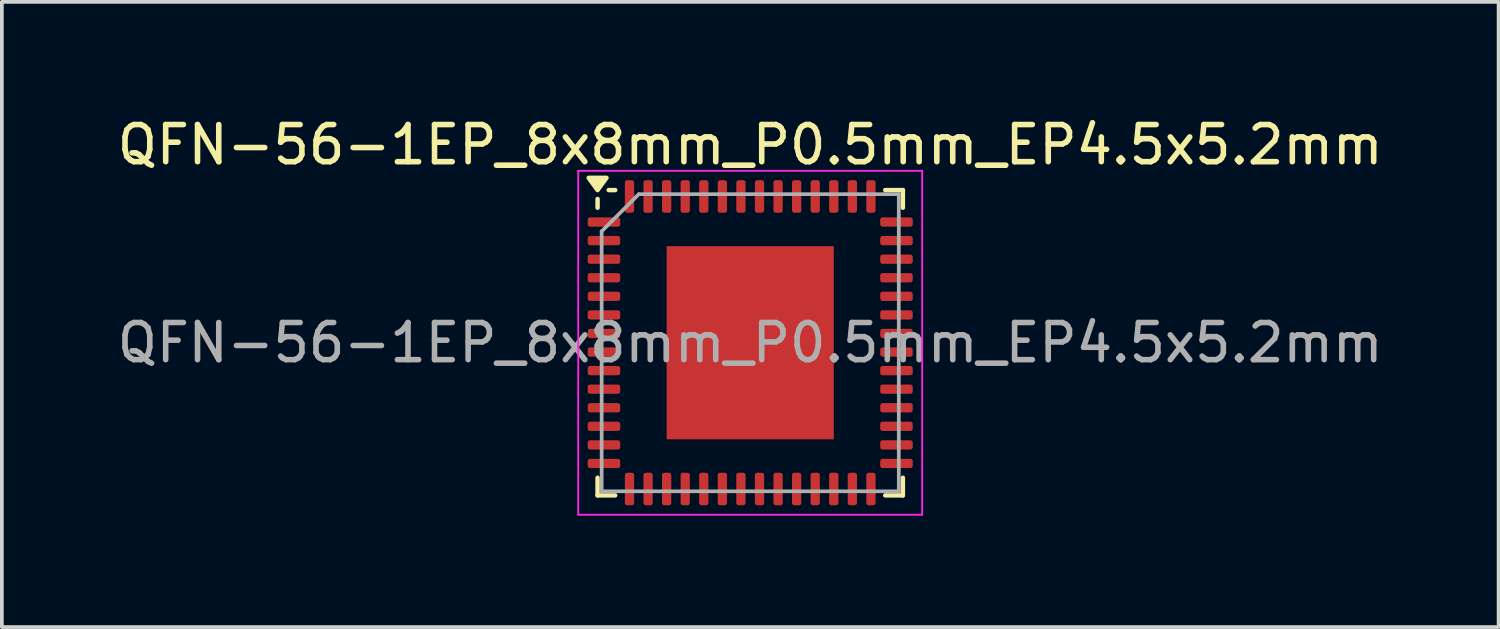
<source format=kicad_pcb>
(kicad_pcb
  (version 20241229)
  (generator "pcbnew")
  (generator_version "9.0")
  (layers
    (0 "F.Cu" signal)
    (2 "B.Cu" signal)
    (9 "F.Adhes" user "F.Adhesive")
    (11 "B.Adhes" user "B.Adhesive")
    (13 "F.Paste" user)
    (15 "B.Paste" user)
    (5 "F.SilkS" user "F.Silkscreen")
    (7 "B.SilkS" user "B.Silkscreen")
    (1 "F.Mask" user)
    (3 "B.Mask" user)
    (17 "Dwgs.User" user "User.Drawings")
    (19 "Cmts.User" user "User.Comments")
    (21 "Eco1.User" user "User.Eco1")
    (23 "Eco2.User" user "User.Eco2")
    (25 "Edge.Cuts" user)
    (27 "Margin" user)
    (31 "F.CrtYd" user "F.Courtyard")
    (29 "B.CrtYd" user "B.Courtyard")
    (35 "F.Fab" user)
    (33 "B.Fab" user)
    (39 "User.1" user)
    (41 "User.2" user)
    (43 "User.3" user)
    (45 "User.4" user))
  (footprint "QFN-56-1EP_8x8mm_P0.5mm_EP4.5x5.2mm"
    (layer "F.Cu")
    (at 17.149 6.178)
    (property "Reference" "QFN-56-1EP_8x8mm_P0.5mm_EP4.5x5.2mm" (at 0 -5.33 0) (layer "F.SilkS") (effects (font (size 1 1) (thickness 0.15))))
    (attr smd)
    (fp_line (start -4.11 -3.635) (end -4.11 -3.87) (stroke (width 0.12) (type solid)) (layer "F.SilkS"))
    (fp_line (start -4.11 4.11) (end -4.11 3.635) (stroke (width 0.12) (type solid)) (layer "F.SilkS"))
    (fp_line (start -3.635 -4.11) (end -3.81 -4.11) (stroke (width 0.12) (type solid)) (layer "F.SilkS"))
    (fp_line (start -3.635 4.11) (end -4.11 4.11) (stroke (width 0.12) (type solid)) (layer "F.SilkS"))
    (fp_line (start 3.635 -4.11) (end 4.11 -4.11) (stroke (width 0.12) (type solid)) (layer "F.SilkS"))
    (fp_line (start 3.635 4.11) (end 4.11 4.11) (stroke (width 0.12) (type solid)) (layer "F.SilkS"))
    (fp_line (start 4.11 -4.11) (end 4.11 -3.635) (stroke (width 0.12) (type solid)) (layer "F.SilkS"))
    (fp_line (start 4.11 4.11) (end 4.11 3.635) (stroke (width 0.12) (type solid)) (layer "F.SilkS"))
    (fp_poly (pts (xy -4.11 -4.11) (xy -4.35 -4.44) (xy -3.87 -4.44) (xy -4.11 -4.11)) (stroke (width 0.12) (type solid)) (fill yes) (layer "F.SilkS"))
    (fp_line (start -4.63 -4.63) (end -4.63 4.63) (stroke (width 0.05) (type solid)) (layer "F.CrtYd"))
    (fp_line (start -4.63 4.63) (end 4.63 4.63) (stroke (width 0.05) (type solid)) (layer "F.CrtYd"))
    (fp_line (start 4.63 -4.63) (end -4.63 -4.63) (stroke (width 0.05) (type solid)) (layer "F.CrtYd"))
    (fp_line (start 4.63 4.63) (end 4.63 -4.63) (stroke (width 0.05) (type solid)) (layer "F.CrtYd"))
    (fp_line (start -4 -3) (end -3 -4) (stroke (width 0.1) (type solid)) (layer "F.Fab"))
    (fp_line (start -4 4) (end -4 -3) (stroke (width 0.1) (type solid)) (layer "F.Fab"))
    (fp_line (start -3 -4) (end 4 -4) (stroke (width 0.1) (type solid)) (layer "F.Fab"))
    (fp_line (start 4 -4) (end 4 4) (stroke (width 0.1) (type solid)) (layer "F.Fab"))
    (fp_line (start 4 4) (end -4 4) (stroke (width 0.1) (type solid)) (layer "F.Fab"))
    (fp_text user "${REFERENCE}" (at 0 0 0) (layer "F.Fab") (effects (font (size 1 1) (thickness 0.15))))
    (pad "" smd roundrect (at -1.68 -1.95) (size 0.91 1.05) (layers "F.Paste") (roundrect_rratio 0.25))
    (pad "" smd roundrect (at -1.68 -0.65) (size 0.91 1.05) (layers "F.Paste") (roundrect_rratio 0.25))
    (pad "" smd roundrect (at -1.68 0.65) (size 0.91 1.05) (layers "F.Paste") (roundrect_rratio 0.25))
    (pad "" smd roundrect (at -1.68 1.95) (size 0.91 1.05) (layers "F.Paste") (roundrect_rratio 0.25))
    (pad "" smd roundrect (at -0.56 -1.95) (size 0.91 1.05) (layers "F.Paste") (roundrect_rratio 0.25))
    (pad "" smd roundrect (at -0.56 -0.65) (size 0.91 1.05) (layers "F.Paste") (roundrect_rratio 0.25))
    (pad "" smd roundrect (at -0.56 0.65) (size 0.91 1.05) (layers "F.Paste") (roundrect_rratio 0.25))
    (pad "" smd roundrect (at -0.56 1.95) (size 0.91 1.05) (layers "F.Paste") (roundrect_rratio 0.25))
    (pad "" smd roundrect (at 0.56 -1.95) (size 0.91 1.05) (layers "F.Paste") (roundrect_rratio 0.25))
    (pad "" smd roundrect (at 0.56 -0.65) (size 0.91 1.05) (layers "F.Paste") (roundrect_rratio 0.25))
    (pad "" smd roundrect (at 0.56 0.65) (size 0.91 1.05) (layers "F.Paste") (roundrect_rratio 0.25))
    (pad "" smd roundrect (at 0.56 1.95) (size 0.91 1.05) (layers "F.Paste") (roundrect_rratio 0.25))
    (pad "" smd roundrect (at 1.68 -1.95) (size 0.91 1.05) (layers "F.Paste") (roundrect_rratio 0.25))
    (pad "" smd roundrect (at 1.68 -0.65) (size 0.91 1.05) (layers "F.Paste") (roundrect_rratio 0.25))
    (pad "" smd roundrect (at 1.68 0.65) (size 0.91 1.05) (layers "F.Paste") (roundrect_rratio 0.25))
    (pad "" smd roundrect (at 1.68 1.95) (size 0.91 1.05) (layers "F.Paste") (roundrect_rratio 0.25))
    (pad "1" smd roundrect (at -3.938 -3.25) (size 0.875 0.25) (layers "F.Cu" "F.Mask" "F.Paste") (roundrect_rratio 0.25))
    (pad "2" smd roundrect (at -3.938 -2.75) (size 0.875 0.25) (layers "F.Cu" "F.Mask" "F.Paste") (roundrect_rratio 0.25))
    (pad "3" smd roundrect (at -3.938 -2.25) (size 0.875 0.25) (layers "F.Cu" "F.Mask" "F.Paste") (roundrect_rratio 0.25))
    (pad "4" smd roundrect (at -3.938 -1.75) (size 0.875 0.25) (layers "F.Cu" "F.Mask" "F.Paste") (roundrect_rratio 0.25))
    (pad "5" smd roundrect (at -3.938 -1.25) (size 0.875 0.25) (layers "F.Cu" "F.Mask" "F.Paste") (roundrect_rratio 0.25))
    (pad "6" smd roundrect (at -3.938 -0.75) (size 0.875 0.25) (layers "F.Cu" "F.Mask" "F.Paste") (roundrect_rratio 0.25))
    (pad "7" smd roundrect (at -3.938 -0.25) (size 0.875 0.25) (layers "F.Cu" "F.Mask" "F.Paste") (roundrect_rratio 0.25))
    (pad "8" smd roundrect (at -3.938 0.25) (size 0.875 0.25) (layers "F.Cu" "F.Mask" "F.Paste") (roundrect_rratio 0.25))
    (pad "9" smd roundrect (at -3.938 0.75) (size 0.875 0.25) (layers "F.Cu" "F.Mask" "F.Paste") (roundrect_rratio 0.25))
    (pad "10" smd roundrect (at -3.938 1.25) (size 0.875 0.25) (layers "F.Cu" "F.Mask" "F.Paste") (roundrect_rratio 0.25))
    (pad "11" smd roundrect (at -3.938 1.75) (size 0.875 0.25) (layers "F.Cu" "F.Mask" "F.Paste") (roundrect_rratio 0.25))
    (pad "12" smd roundrect (at -3.938 2.25) (size 0.875 0.25) (layers "F.Cu" "F.Mask" "F.Paste") (roundrect_rratio 0.25))
    (pad "13" smd roundrect (at -3.938 2.75) (size 0.875 0.25) (layers "F.Cu" "F.Mask" "F.Paste") (roundrect_rratio 0.25))
    (pad "14" smd roundrect (at -3.938 3.25) (size 0.875 0.25) (layers "F.Cu" "F.Mask" "F.Paste") (roundrect_rratio 0.25))
    (pad "15" smd roundrect (at -3.25 3.938) (size 0.25 0.875) (layers "F.Cu" "F.Mask" "F.Paste") (roundrect_rratio 0.25))
    (pad "16" smd roundrect (at -2.75 3.938) (size 0.25 0.875) (layers "F.Cu" "F.Mask" "F.Paste") (roundrect_rratio 0.25))
    (pad "17" smd roundrect (at -2.25 3.938) (size 0.25 0.875) (layers "F.Cu" "F.Mask" "F.Paste") (roundrect_rratio 0.25))
    (pad "18" smd roundrect (at -1.75 3.938) (size 0.25 0.875) (layers "F.Cu" "F.Mask" "F.Paste") (roundrect_rratio 0.25))
    (pad "19" smd roundrect (at -1.25 3.938) (size 0.25 0.875) (layers "F.Cu" "F.Mask" "F.Paste") (roundrect_rratio 0.25))
    (pad "20" smd roundrect (at -0.75 3.938) (size 0.25 0.875) (layers "F.Cu" "F.Mask" "F.Paste") (roundrect_rratio 0.25))
    (pad "21" smd roundrect (at -0.25 3.938) (size 0.25 0.875) (layers "F.Cu" "F.Mask" "F.Paste") (roundrect_rratio 0.25))
    (pad "22" smd roundrect (at 0.25 3.938) (size 0.25 0.875) (layers "F.Cu" "F.Mask" "F.Paste") (roundrect_rratio 0.25))
    (pad "23" smd roundrect (at 0.75 3.938) (size 0.25 0.875) (layers "F.Cu" "F.Mask" "F.Paste") (roundrect_rratio 0.25))
    (pad "24" smd roundrect (at 1.25 3.938) (size 0.25 0.875) (layers "F.Cu" "F.Mask" "F.Paste") (roundrect_rratio 0.25))
    (pad "25" smd roundrect (at 1.75 3.938) (size 0.25 0.875) (layers "F.Cu" "F.Mask" "F.Paste") (roundrect_rratio 0.25))
    (pad "26" smd roundrect (at 2.25 3.938) (size 0.25 0.875) (layers "F.Cu" "F.Mask" "F.Paste") (roundrect_rratio 0.25))
    (pad "27" smd roundrect (at 2.75 3.938) (size 0.25 0.875) (layers "F.Cu" "F.Mask" "F.Paste") (roundrect_rratio 0.25))
    (pad "28" smd roundrect (at 3.25 3.938) (size 0.25 0.875) (layers "F.Cu" "F.Mask" "F.Paste") (roundrect_rratio 0.25))
    (pad "29" smd roundrect (at 3.938 3.25) (size 0.875 0.25) (layers "F.Cu" "F.Mask" "F.Paste") (roundrect_rratio 0.25))
    (pad "30" smd roundrect (at 3.938 2.75) (size 0.875 0.25) (layers "F.Cu" "F.Mask" "F.Paste") (roundrect_rratio 0.25))
    (pad "31" smd roundrect (at 3.938 2.25) (size 0.875 0.25) (layers "F.Cu" "F.Mask" "F.Paste") (roundrect_rratio 0.25))
    (pad "32" smd roundrect (at 3.938 1.75) (size 0.875 0.25) (layers "F.Cu" "F.Mask" "F.Paste") (roundrect_rratio 0.25))
    (pad "33" smd roundrect (at 3.938 1.25) (size 0.875 0.25) (layers "F.Cu" "F.Mask" "F.Paste") (roundrect_rratio 0.25))
    (pad "34" smd roundrect (at 3.938 0.75) (size 0.875 0.25) (layers "F.Cu" "F.Mask" "F.Paste") (roundrect_rratio 0.25))
    (pad "35" smd roundrect (at 3.938 0.25) (size 0.875 0.25) (layers "F.Cu" "F.Mask" "F.Paste") (roundrect_rratio 0.25))
    (pad "36" smd roundrect (at 3.938 -0.25) (size 0.875 0.25) (layers "F.Cu" "F.Mask" "F.Paste") (roundrect_rratio 0.25))
    (pad "37" smd roundrect (at 3.938 -0.75) (size 0.875 0.25) (layers "F.Cu" "F.Mask" "F.Paste") (roundrect_rratio 0.25))
    (pad "38" smd roundrect (at 3.938 -1.25) (size 0.875 0.25) (layers "F.Cu" "F.Mask" "F.Paste") (roundrect_rratio 0.25))
    (pad "39" smd roundrect (at 3.938 -1.75) (size 0.875 0.25) (layers "F.Cu" "F.Mask" "F.Paste") (roundrect_rratio 0.25))
    (pad "40" smd roundrect (at 3.938 -2.25) (size 0.875 0.25) (layers "F.Cu" "F.Mask" "F.Paste") (roundrect_rratio 0.25))
    (pad "41" smd roundrect (at 3.938 -2.75) (size 0.875 0.25) (layers "F.Cu" "F.Mask" "F.Paste") (roundrect_rratio 0.25))
    (pad "42" smd roundrect (at 3.938 -3.25) (size 0.875 0.25) (layers "F.Cu" "F.Mask" "F.Paste") (roundrect_rratio 0.25))
    (pad "43" smd roundrect (at 3.25 -3.938) (size 0.25 0.875) (layers "F.Cu" "F.Mask" "F.Paste") (roundrect_rratio 0.25))
    (pad "44" smd roundrect (at 2.75 -3.938) (size 0.25 0.875) (layers "F.Cu" "F.Mask" "F.Paste") (roundrect_rratio 0.25))
    (pad "45" smd roundrect (at 2.25 -3.938) (size 0.25 0.875) (layers "F.Cu" "F.Mask" "F.Paste") (roundrect_rratio 0.25))
    (pad "46" smd roundrect (at 1.75 -3.938) (size 0.25 0.875) (layers "F.Cu" "F.Mask" "F.Paste") (roundrect_rratio 0.25))
    (pad "47" smd roundrect (at 1.25 -3.938) (size 0.25 0.875) (layers "F.Cu" "F.Mask" "F.Paste") (roundrect_rratio 0.25))
    (pad "48" smd roundrect (at 0.75 -3.938) (size 0.25 0.875) (layers "F.Cu" "F.Mask" "F.Paste") (roundrect_rratio 0.25))
    (pad "49" smd roundrect (at 0.25 -3.938) (size 0.25 0.875) (layers "F.Cu" "F.Mask" "F.Paste") (roundrect_rratio 0.25))
    (pad "50" smd roundrect (at -0.25 -3.938) (size 0.25 0.875) (layers "F.Cu" "F.Mask" "F.Paste") (roundrect_rratio 0.25))
    (pad "51" smd roundrect (at -0.75 -3.938) (size 0.25 0.875) (layers "F.Cu" "F.Mask" "F.Paste") (roundrect_rratio 0.25))
    (pad "52" smd roundrect (at -1.25 -3.938) (size 0.25 0.875) (layers "F.Cu" "F.Mask" "F.Paste") (roundrect_rratio 0.25))
    (pad "53" smd roundrect (at -1.75 -3.938) (size 0.25 0.875) (layers "F.Cu" "F.Mask" "F.Paste") (roundrect_rratio 0.25))
    (pad "54" smd roundrect (at -2.25 -3.938) (size 0.25 0.875) (layers "F.Cu" "F.Mask" "F.Paste") (roundrect_rratio 0.25))
    (pad "55" smd roundrect (at -2.75 -3.938) (size 0.25 0.875) (layers "F.Cu" "F.Mask" "F.Paste") (roundrect_rratio 0.25))
    (pad "56" smd roundrect (at -3.25 -3.938) (size 0.25 0.875) (layers "F.Cu" "F.Mask" "F.Paste") (roundrect_rratio 0.25))
    (pad "57" smd rect (at 0 0) (size 4.5 5.2) (property pad_prop_heatsink) (layers "F.Cu" "F.Mask")))
  (gr_rect
    (start -3 -3)
    (end 37.298 13.833)
    (stroke (width 0.1) (type default))
    (fill no)
    (layer "Edge.Cuts")))
</source>
